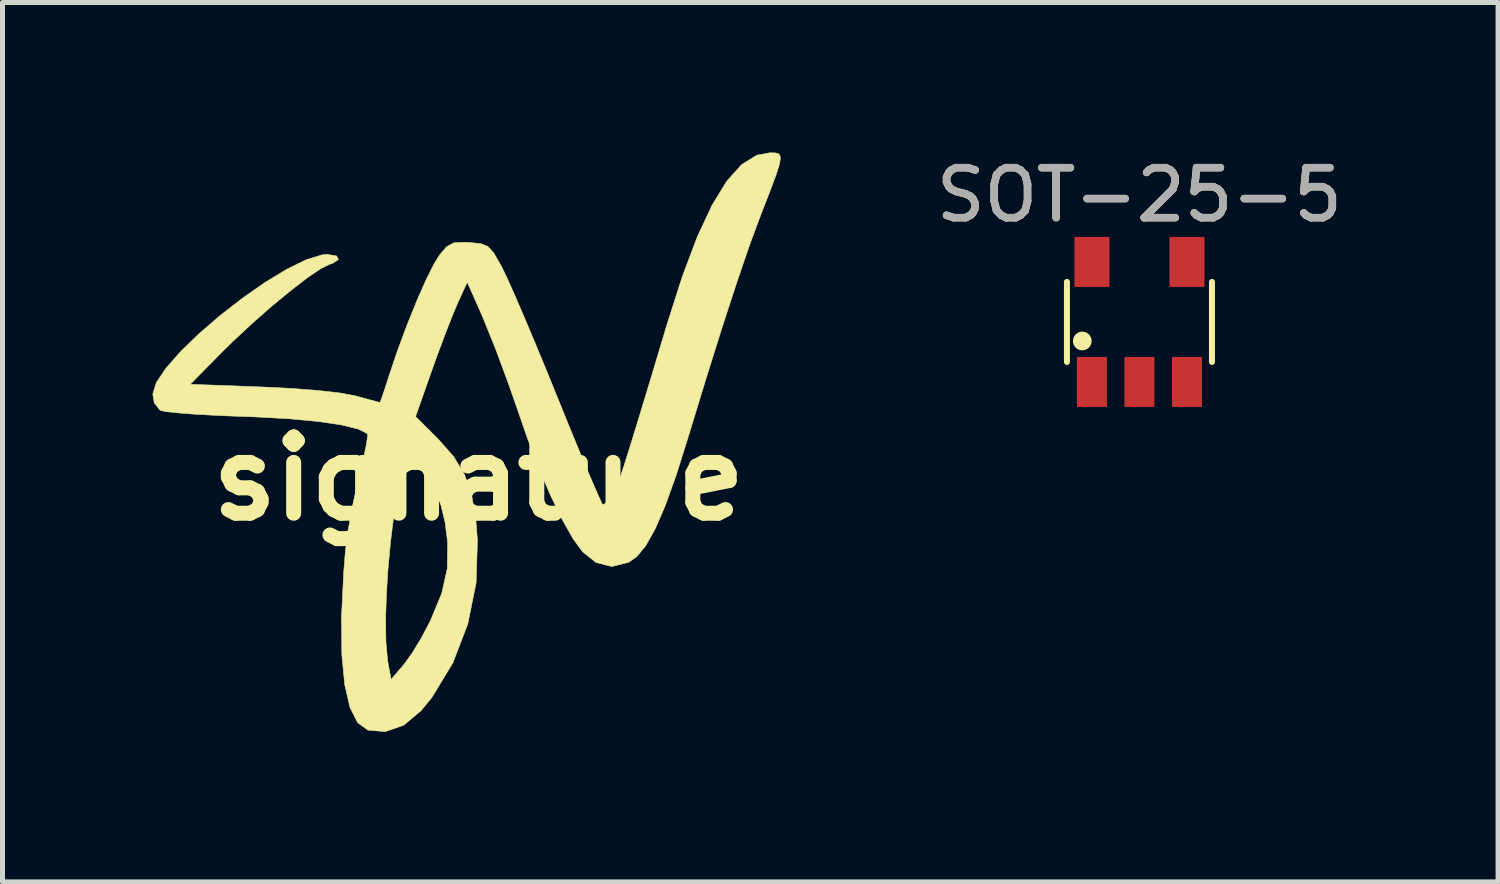
<source format=kicad_pcb>
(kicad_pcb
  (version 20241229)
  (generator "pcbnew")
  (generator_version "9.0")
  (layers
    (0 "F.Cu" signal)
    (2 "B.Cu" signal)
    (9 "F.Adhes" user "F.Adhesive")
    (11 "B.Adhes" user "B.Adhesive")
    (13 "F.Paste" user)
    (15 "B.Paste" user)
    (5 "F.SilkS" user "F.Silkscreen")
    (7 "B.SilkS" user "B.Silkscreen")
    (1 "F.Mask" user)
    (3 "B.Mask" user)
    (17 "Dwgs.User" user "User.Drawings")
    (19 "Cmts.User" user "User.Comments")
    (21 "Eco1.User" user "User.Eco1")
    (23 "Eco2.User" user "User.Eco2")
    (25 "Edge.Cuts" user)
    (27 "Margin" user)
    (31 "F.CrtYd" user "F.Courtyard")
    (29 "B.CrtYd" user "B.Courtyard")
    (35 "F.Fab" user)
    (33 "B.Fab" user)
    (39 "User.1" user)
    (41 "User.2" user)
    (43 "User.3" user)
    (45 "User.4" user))
  (footprint "signature"
    (layer "F.Cu")
    (at 6.524 6.524)
    (property "Reference" "signature" (at 0 0 0) (layer "F.SilkS") (effects (font (size 1.524 1.524) (thickness 0.3))))
    (attr through_hole)
    (fp_poly (pts (xy 5.936 -6.516) (xy 6.008 -6.493) (xy 6.035 -6.425) (xy 6.014 -6.29) (xy 5.942 -6.065) (xy 5.815 -5.726) (xy 5.642 -5.281) (xy 5.425 -4.698) (xy 5.17 -3.954) (xy 4.876 -3.054) (xy 4.545 -2.001) (xy 4.193 -0.847) (xy 3.953 -0.084) (xy 3.735 0.525) (xy 3.534 0.993) (xy 3.344 1.334) (xy 3.159 1.56) (xy 2.999 1.671) (xy 2.66 1.756) (xy 2.344 1.675) (xy 2.076 1.46) (xy 1.889 1.205) (xy 1.671 0.819) (xy 1.435 0.332) (xy 1.197 -0.223) (xy 0.972 -0.816) (xy 0.903 -1.016) (xy 0.601 -1.883) (xy 0.331 -2.612) (xy 0.08 -3.23) (xy -0.024 -3.468) (xy -0.23 -3.931) (xy -0.422 -3.511) (xy -0.53 -3.254) (xy -0.672 -2.891) (xy -0.827 -2.476) (xy -0.938 -2.167) (xy -1.263 -1.244) (xy -0.808 -0.79) (xy -0.499 -0.44) (xy -0.283 -0.081) (xy -0.141 0.331) (xy -0.057 0.838) (xy -0.026 1.228) (xy -0.052 2.079) (xy -0.22 2.908) (xy -0.518 3.684) (xy -0.937 4.374) (xy -1.155 4.639) (xy -1.501 4.93) (xy -1.868 5.057) (xy -2.216 5.027) (xy -2.42 4.88) (xy -2.575 4.575) (xy -2.681 4.116) (xy -2.738 3.508) (xy -2.744 2.825) (xy -1.862 2.825) (xy -1.856 3.267) (xy -1.824 3.625) (xy -1.812 3.696) (xy -1.753 4.014) (xy -1.502 3.721) (xy -1.338 3.496) (xy -1.147 3.182) (xy -0.97 2.846) (xy -0.965 2.836) (xy -0.74 2.291) (xy -0.629 1.794) (xy -0.622 1.278) (xy -0.674 0.867) (xy -0.759 0.521) (xy -0.888 0.185) (xy -1.041 -0.103) (xy -1.197 -0.311) (xy -1.338 -0.402) (xy -1.383 -0.4) (xy -1.467 -0.292) (xy -1.551 -0.043) (xy -1.63 0.318) (xy -1.702 0.764) (xy -1.764 1.266) (xy -1.814 1.796) (xy -1.847 2.325) (xy -1.862 2.825) (xy -2.744 2.825) (xy -2.744 2.754) (xy -2.7 1.859) (xy -2.666 1.439) (xy -2.617 1.062) (xy -2.536 0.601) (xy -2.436 0.136) (xy -2.396 -0.027) (xy -2.311 -0.378) (xy -2.251 -0.665) (xy -2.223 -0.851) (xy -2.226 -0.9) (xy -2.406 -0.993) (xy -2.739 -1.075) (xy -3.211 -1.145) (xy -3.804 -1.2) (xy -4.505 -1.238) (xy -4.699 -1.244) (xy -5.199 -1.264) (xy -5.647 -1.288) (xy -6.012 -1.316) (xy -6.266 -1.344) (xy -6.371 -1.368) (xy -6.489 -1.516) (xy -6.519 -1.693) (xy -6.449 -1.921) (xy -6.255 -2.211) (xy -5.961 -2.545) (xy -5.592 -2.903) (xy -5.17 -3.266) (xy -4.721 -3.614) (xy -4.269 -3.929) (xy -3.837 -4.191) (xy -3.45 -4.38) (xy -3.131 -4.478) (xy -3.029 -4.487) (xy -2.843 -4.456) (xy -2.805 -4.385) (xy -2.923 -4.307) (xy -2.985 -4.288) (xy -3.158 -4.202) (xy -3.427 -4.02) (xy -3.763 -3.761) (xy -4.141 -3.449) (xy -4.534 -3.104) (xy -4.917 -2.747) (xy -5.15 -2.518) (xy -5.769 -1.889) (xy -4.345 -1.836) (xy -3.75 -1.807) (xy -3.219 -1.766) (xy -2.786 -1.717) (xy -2.485 -1.662) (xy -2.455 -1.655) (xy -2.201 -1.585) (xy -2.027 -1.538) (xy -1.976 -1.525) (xy -1.946 -1.598) (xy -1.88 -1.791) (xy -1.796 -2.053) (xy -1.627 -2.555) (xy -1.437 -3.067) (xy -1.241 -3.553) (xy -1.054 -3.977) (xy -0.89 -4.304) (xy -0.787 -4.47) (xy -0.64 -4.643) (xy -0.496 -4.719) (xy -0.281 -4.73) (xy -0.183 -4.724) (xy 0.038 -4.702) (xy 0.181 -4.647) (xy 0.296 -4.522) (xy 0.431 -4.289) (xy 0.462 -4.233) (xy 0.56 -4.029) (xy 0.71 -3.694) (xy 0.9 -3.254) (xy 1.118 -2.737) (xy 1.354 -2.167) (xy 1.576 -1.62) (xy 1.807 -1.052) (xy 2.02 -0.534) (xy 2.208 -0.087) (xy 2.361 0.267) (xy 2.47 0.507) (xy 2.526 0.612) (xy 2.527 0.613) (xy 2.555 0.621) (xy 2.592 0.584) (xy 2.642 0.489) (xy 2.708 0.323) (xy 2.795 0.075) (xy 2.908 -0.27) (xy 3.05 -0.723) (xy 3.226 -1.297) (xy 3.441 -2.005) (xy 3.697 -2.86) (xy 3.766 -3.09) (xy 4.072 -4.047) (xy 4.371 -4.839) (xy 4.667 -5.473) (xy 4.961 -5.952) (xy 5.258 -6.283) (xy 5.559 -6.47) (xy 5.823 -6.519) (xy 5.936 -6.516)) (stroke (width 0.01) (type solid)) (fill yes) (layer "F.SilkS")))
  (footprint "SOT-25-5"
    (layer "F.Cu")
    (at 19.737 3.388)
    (property "Reference" "SOT-25-5" (at 0 -2.54 0) (unlocked yes) (layer "F.SilkS") (effects (font (size 1 1) (thickness 0.15))))
    (attr smd)
    (fp_line (start -1.45 0.8) (end -1.45 -0.8) (stroke (width 0.12) (type solid)) (layer "F.SilkS"))
    (fp_line (start 1.45 -0.8) (end 1.45 0.8) (stroke (width 0.12) (type solid)) (layer "F.SilkS"))
    (fp_circle (center -1.143 0.381) (end -1.016 0.381) (stroke (width 0.12) (type solid)) (fill yes) (layer "F.SilkS"))
    (fp_text user "${REFERENCE}" (at 0 -2.54 0) (unlocked yes) (layer "F.Fab") (effects (font (size 1 1) (thickness 0.15))))
    (pad "1" smd rect (at -0.95 1.2) (size 0.6 1) (layers "F.Cu" "F.Mask" "F.Paste"))
    (pad "2" smd rect (at 0 1.2) (size 0.6 1) (layers "F.Cu" "F.Mask" "F.Paste"))
    (pad "3" smd rect (at 0.95 1.2) (size 0.6 1) (layers "F.Cu" "F.Mask" "F.Paste"))
    (pad "4" smd rect (at 0.95 -1.2) (size 0.7 1) (layers "F.Cu" "F.Mask" "F.Paste"))
    (pad "5" smd rect (at -0.95 -1.2) (size 0.7 1) (layers "F.Cu" "F.Mask" "F.Paste")))
  (gr_rect
    (start -3 -3)
    (end 26.909 14.586)
    (stroke (width 0.1) (type default))
    (fill no)
    (layer "Edge.Cuts")))
</source>
